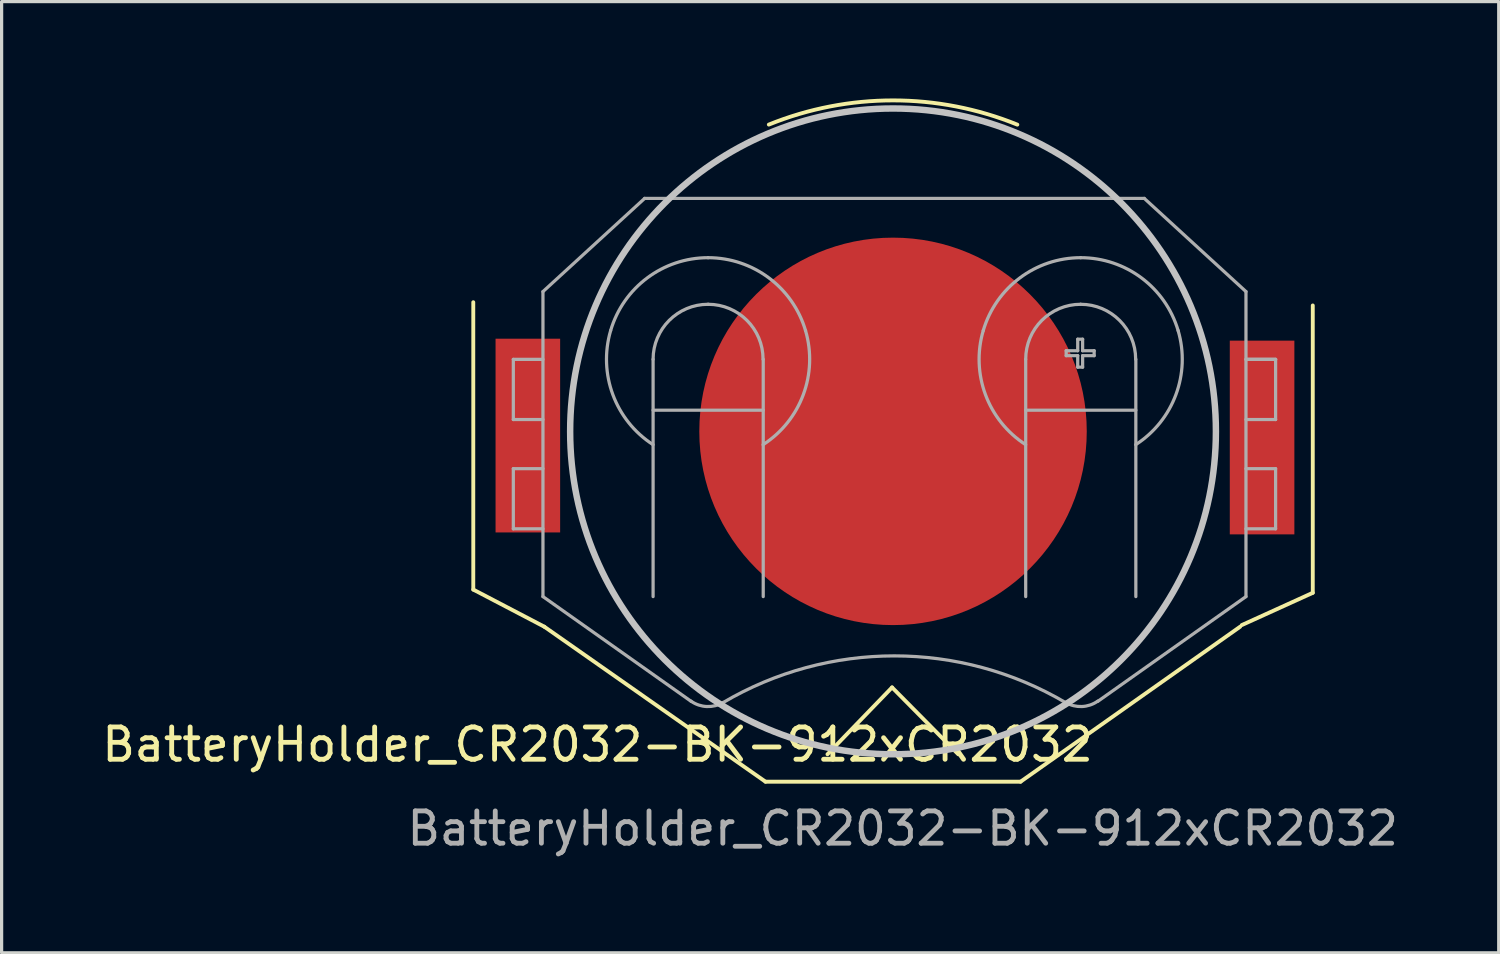
<source format=kicad_pcb>
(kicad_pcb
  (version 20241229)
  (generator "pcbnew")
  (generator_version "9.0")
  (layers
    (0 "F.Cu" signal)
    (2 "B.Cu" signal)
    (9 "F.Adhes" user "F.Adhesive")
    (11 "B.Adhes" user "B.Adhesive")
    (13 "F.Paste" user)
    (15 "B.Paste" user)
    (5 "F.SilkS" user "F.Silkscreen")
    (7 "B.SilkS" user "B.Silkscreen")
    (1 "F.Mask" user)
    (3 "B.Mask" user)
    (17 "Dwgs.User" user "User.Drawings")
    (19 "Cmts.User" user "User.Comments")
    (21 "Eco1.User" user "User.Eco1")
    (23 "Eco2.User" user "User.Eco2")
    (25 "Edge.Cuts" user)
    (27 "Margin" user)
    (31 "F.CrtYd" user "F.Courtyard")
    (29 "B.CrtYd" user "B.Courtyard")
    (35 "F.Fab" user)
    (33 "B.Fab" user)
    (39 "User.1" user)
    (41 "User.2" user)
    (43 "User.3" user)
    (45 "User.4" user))
  (footprint "BatteryHolder_CR2032-BK-912xCR2032"
    (layer "F.Cu")
    (at 24.608 10.31)
    (property "Reference" "BatteryHolder_CR2032-BK-912xCR2032" (at -9.15 9.7 0) (layer "F.SilkS") (effects (font (size 1 1) (thickness 0.15))))
    (attr smd)
    (fp_line (start -13 -4) (end -13 4.9) (stroke (width 0.12) (type solid)) (layer "F.SilkS"))
    (fp_line (start -13 4.9) (end -10.8 6.05) (stroke (width 0.12) (type solid)) (layer "F.SilkS"))
    (fp_line (start -10.8 6.05) (end -3.95 10.85) (stroke (width 0.12) (type solid)) (layer "F.SilkS"))
    (fp_line (start -3.95 10.85) (end 3.95 10.85) (stroke (width 0.12) (type solid)) (layer "F.SilkS"))
    (fp_line (start -2.03 10) (end -0.03 7.93) (stroke (width 0.12) (type solid)) (layer "F.SilkS"))
    (fp_line (start -0.03 7.93) (end 2.02 10) (stroke (width 0.12) (type solid)) (layer "F.SilkS"))
    (fp_line (start 3.95 10.85) (end 10.75 6.05) (stroke (width 0.12) (type solid)) (layer "F.SilkS"))
    (fp_line (start 13 -3.9) (end 13 5) (stroke (width 0.12) (type solid)) (layer "F.SilkS"))
    (fp_line (start 13 5) (end 10.8 6) (stroke (width 0.12) (type solid)) (layer "F.SilkS"))
    (fp_arc (start -3.846385 -9.501464) (mid 0.00195 -10.250487) (end 3.85 -9.5) (stroke (width 0.12) (type solid)) (layer "F.SilkS"))
    (fp_circle (center 0 0) (end 10 0) (stroke (width 0.2) (type solid)) (fill no) (layer "Dwgs.User"))
    (fp_line (start -11.753 -2.212) (end -11.753 -0.349) (stroke (width 0.2) (type solid)) (layer "Eco1.User"))
    (fp_line (start -11.753 -2.212) (end -10.834 -2.212) (stroke (width 0.2) (type solid)) (layer "Eco1.User"))
    (fp_line (start -11.753 -0.349) (end -10.834 -0.349) (stroke (width 0.2) (type solid)) (layer "Eco1.User"))
    (fp_line (start -11.753 1.172) (end -11.753 3.035) (stroke (width 0.2) (type solid)) (layer "Eco1.User"))
    (fp_line (start -11.753 3.035) (end -10.834 3.035) (stroke (width 0.2) (type solid)) (layer "Eco1.User"))
    (fp_line (start -10.834 -4.311) (end -10.834 5.135) (stroke (width 0.2) (type solid)) (layer "Eco1.User"))
    (fp_line (start -10.834 1.172) (end -11.753 1.172) (stroke (width 0.2) (type solid)) (layer "Eco1.User"))
    (fp_line (start -10.834 5.135) (end -6.248 8.378) (stroke (width 0.2) (type solid)) (layer "Eco1.User"))
    (fp_line (start -7.685 -7.198) (end -10.834 -4.311) (stroke (width 0.2) (type solid)) (layer "Eco1.User"))
    (fp_line (start -7.685 -7.198) (end 7.79 -7.198) (stroke (width 0.2) (type solid)) (layer "Eco1.User"))
    (fp_line (start -7.423 -2.212) (end -7.423 5.135) (stroke (width 0.2) (type solid)) (layer "Eco1.User"))
    (fp_line (start -7.423 -0.638) (end -4.012 -0.638) (stroke (width 0.2) (type solid)) (layer "Eco1.User"))
    (fp_line (start -4.012 -2.212) (end -4.012 5.135) (stroke (width 0.2) (type solid)) (layer "Eco1.User"))
    (fp_line (start 4.117 -2.212) (end 4.117 5.135) (stroke (width 0.2) (type solid)) (layer "Eco1.User"))
    (fp_line (start 4.117 -0.638) (end 7.528 -0.638) (stroke (width 0.2) (type solid)) (layer "Eco1.User"))
    (fp_line (start 5.371 -2.48) (end 5.371 -2.328) (stroke (width 0.2) (type solid)) (layer "Eco1.User"))
    (fp_line (start 5.371 -2.328) (end 5.728 -2.328) (stroke (width 0.2) (type solid)) (layer "Eco1.User"))
    (fp_line (start 5.728 -2.837) (end 5.728 -2.48) (stroke (width 0.2) (type solid)) (layer "Eco1.User"))
    (fp_line (start 5.728 -2.48) (end 5.371 -2.48) (stroke (width 0.2) (type solid)) (layer "Eco1.User"))
    (fp_line (start 5.728 -2.328) (end 5.728 -1.971) (stroke (width 0.2) (type solid)) (layer "Eco1.User"))
    (fp_line (start 5.728 -1.971) (end 5.88 -1.971) (stroke (width 0.2) (type solid)) (layer "Eco1.User"))
    (fp_line (start 5.88 -2.837) (end 5.728 -2.837) (stroke (width 0.2) (type solid)) (layer "Eco1.User"))
    (fp_line (start 5.88 -2.48) (end 5.88 -2.837) (stroke (width 0.2) (type solid)) (layer "Eco1.User"))
    (fp_line (start 5.88 -2.328) (end 6.237 -2.328) (stroke (width 0.2) (type solid)) (layer "Eco1.User"))
    (fp_line (start 5.88 -1.971) (end 5.88 -2.328) (stroke (width 0.2) (type solid)) (layer "Eco1.User"))
    (fp_line (start 6.237 -2.48) (end 5.88 -2.48) (stroke (width 0.2) (type solid)) (layer "Eco1.User"))
    (fp_line (start 6.237 -2.328) (end 6.237 -2.48) (stroke (width 0.2) (type solid)) (layer "Eco1.User"))
    (fp_line (start 7.528 -2.212) (end 7.528 5.135) (stroke (width 0.2) (type solid)) (layer "Eco1.User"))
    (fp_line (start 7.79 -7.198) (end 10.939 -4.311) (stroke (width 0.2) (type solid)) (layer "Eco1.User"))
    (fp_line (start 10.939 -4.311) (end 10.939 5.135) (stroke (width 0.2) (type solid)) (layer "Eco1.User"))
    (fp_line (start 10.939 -2.212) (end 11.857 -2.212) (stroke (width 0.2) (type solid)) (layer "Eco1.User"))
    (fp_line (start 10.939 -0.349) (end 11.857 -0.349) (stroke (width 0.2) (type solid)) (layer "Eco1.User"))
    (fp_line (start 10.939 1.172) (end 11.857 1.172) (stroke (width 0.2) (type solid)) (layer "Eco1.User"))
    (fp_line (start 10.939 3.035) (end 11.857 3.035) (stroke (width 0.2) (type solid)) (layer "Eco1.User"))
    (fp_line (start 10.939 5.135) (end 6.352 8.378) (stroke (width 0.2) (type solid)) (layer "Eco1.User"))
    (fp_line (start 11.857 -2.212) (end 10.939 -2.212) (stroke (width 0.2) (type solid)) (layer "Eco1.User"))
    (fp_line (start 11.857 -2.212) (end 11.857 -0.349) (stroke (width 0.2) (type solid)) (layer "Eco1.User"))
    (fp_line (start 11.857 1.172) (end 11.857 3.035) (stroke (width 0.2) (type solid)) (layer "Eco1.User"))
    (fp_curve (pts (xy -8.738 -3.103) (xy -9.132 -1.765) (xy -8.597 -0.326) (xy -7.424 0.429)) (stroke (width 0.2) (type solid)) (layer "Eco1.User"))
    (fp_curve (pts (xy -6.249 8.372) (xy -5.955 8.58) (xy -5.566 8.596) (xy -5.255 8.414)) (stroke (width 0.2) (type solid)) (layer "Eco1.User"))
    (fp_curve (pts (xy -5.72 -5.361) (xy -7.116 -5.361) (xy -8.344 -4.442) (xy -8.738 -3.103)) (stroke (width 0.2) (type solid)) (layer "Eco1.User"))
    (fp_curve (pts (xy -5.72 -3.918) (xy -6.661 -3.918) (xy -7.423 -3.155) (xy -7.423 -2.215)) (stroke (width 0.2) (type solid)) (layer "Eco1.User"))
    (fp_curve (pts (xy -4.017 -2.215) (xy -4.017 -3.155) (xy -4.78 -3.918) (xy -5.72 -3.918)) (stroke (width 0.2) (type solid)) (layer "Eco1.User"))
    (fp_curve (pts (xy -4.016 0.429) (xy -2.843 -0.326) (xy -2.308 -1.765) (xy -2.702 -3.103)) (stroke (width 0.2) (type solid)) (layer "Eco1.User"))
    (fp_curve (pts (xy -2.702 -3.103) (xy -3.096 -4.442) (xy -4.325 -5.361) (xy -5.72 -5.361)) (stroke (width 0.2) (type solid)) (layer "Eco1.User"))
    (fp_curve (pts (xy 2.802 -3.103) (xy 2.408 -1.765) (xy 2.942 -0.326) (xy 4.115 0.429)) (stroke (width 0.2) (type solid)) (layer "Eco1.User"))
    (fp_curve (pts (xy 5.353 8.418) (xy 2.079 6.489) (xy -1.985 6.489) (xy -5.259 8.418)) (stroke (width 0.2) (type solid)) (layer "Eco1.User"))
    (fp_curve (pts (xy 5.355 8.414) (xy 5.665 8.596) (xy 6.054 8.58) (xy 6.348 8.372)) (stroke (width 0.2) (type solid)) (layer "Eco1.User"))
    (fp_curve (pts (xy 5.82 -5.361) (xy 4.424 -5.361) (xy 3.196 -4.442) (xy 2.802 -3.103)) (stroke (width 0.2) (type solid)) (layer "Eco1.User"))
    (fp_curve (pts (xy 5.82 -3.918) (xy 4.879 -3.918) (xy 4.117 -3.155) (xy 4.117 -2.215)) (stroke (width 0.2) (type solid)) (layer "Eco1.User"))
    (fp_curve (pts (xy 7.523 -2.215) (xy 7.523 -3.155) (xy 6.76 -3.918) (xy 5.82 -3.918)) (stroke (width 0.2) (type solid)) (layer "Eco1.User"))
    (fp_curve (pts (xy 7.524 0.429) (xy 8.697 -0.326) (xy 9.232 -1.765) (xy 8.838 -3.103)) (stroke (width 0.2) (type solid)) (layer "Eco1.User"))
    (fp_curve (pts (xy 8.838 -3.103) (xy 8.444 -4.442) (xy 7.215 -5.361) (xy 5.82 -5.361)) (stroke (width 0.2) (type solid)) (layer "Eco1.User"))
    (fp_line (start -11.76 -2.23) (end -11.76 -0.367) (stroke (width 0.1) (type solid)) (layer "F.Fab"))
    (fp_line (start -11.76 -2.23) (end -10.842 -2.23) (stroke (width 0.1) (type solid)) (layer "F.Fab"))
    (fp_line (start -11.76 -0.367) (end -10.842 -0.367) (stroke (width 0.1) (type solid)) (layer "F.Fab"))
    (fp_line (start -11.76 1.155) (end -11.76 3.018) (stroke (width 0.1) (type solid)) (layer "F.Fab"))
    (fp_line (start -11.76 3.018) (end -10.842 3.018) (stroke (width 0.1) (type solid)) (layer "F.Fab"))
    (fp_line (start -10.842 -4.329) (end -10.842 5.117) (stroke (width 0.1) (type solid)) (layer "F.Fab"))
    (fp_line (start -10.842 1.155) (end -11.76 1.155) (stroke (width 0.1) (type solid)) (layer "F.Fab"))
    (fp_line (start -10.842 5.117) (end -6.255 8.36) (stroke (width 0.1) (type solid)) (layer "F.Fab"))
    (fp_line (start -7.693 -7.215) (end -10.842 -4.329) (stroke (width 0.1) (type solid)) (layer "F.Fab"))
    (fp_line (start -7.693 -7.215) (end 7.782 -7.215) (stroke (width 0.1) (type solid)) (layer "F.Fab"))
    (fp_line (start -7.431 -2.23) (end -7.431 5.117) (stroke (width 0.1) (type solid)) (layer "F.Fab"))
    (fp_line (start -7.431 -0.656) (end -4.02 -0.656) (stroke (width 0.1) (type solid)) (layer "F.Fab"))
    (fp_line (start -4.02 -2.23) (end -4.02 5.117) (stroke (width 0.1) (type solid)) (layer "F.Fab"))
    (fp_line (start 4.109 -2.23) (end 4.109 5.117) (stroke (width 0.1) (type solid)) (layer "F.Fab"))
    (fp_line (start 4.109 -0.656) (end 7.52 -0.656) (stroke (width 0.1) (type solid)) (layer "F.Fab"))
    (fp_line (start 5.363 -2.498) (end 5.363 -2.345) (stroke (width 0.1) (type solid)) (layer "F.Fab"))
    (fp_line (start 5.363 -2.345) (end 5.72 -2.345) (stroke (width 0.1) (type solid)) (layer "F.Fab"))
    (fp_line (start 5.72 -2.854) (end 5.72 -2.498) (stroke (width 0.1) (type solid)) (layer "F.Fab"))
    (fp_line (start 5.72 -2.498) (end 5.363 -2.498) (stroke (width 0.1) (type solid)) (layer "F.Fab"))
    (fp_line (start 5.72 -2.345) (end 5.72 -1.989) (stroke (width 0.1) (type solid)) (layer "F.Fab"))
    (fp_line (start 5.72 -1.989) (end 5.872 -1.989) (stroke (width 0.1) (type solid)) (layer "F.Fab"))
    (fp_line (start 5.872 -2.854) (end 5.72 -2.854) (stroke (width 0.1) (type solid)) (layer "F.Fab"))
    (fp_line (start 5.872 -2.498) (end 5.872 -2.854) (stroke (width 0.1) (type solid)) (layer "F.Fab"))
    (fp_line (start 5.872 -2.345) (end 6.229 -2.345) (stroke (width 0.1) (type solid)) (layer "F.Fab"))
    (fp_line (start 5.872 -1.989) (end 5.872 -2.345) (stroke (width 0.1) (type solid)) (layer "F.Fab"))
    (fp_line (start 6.229 -2.498) (end 5.872 -2.498) (stroke (width 0.1) (type solid)) (layer "F.Fab"))
    (fp_line (start 6.229 -2.345) (end 6.229 -2.498) (stroke (width 0.1) (type solid)) (layer "F.Fab"))
    (fp_line (start 7.52 -2.23) (end 7.52 5.117) (stroke (width 0.1) (type solid)) (layer "F.Fab"))
    (fp_line (start 7.782 -7.215) (end 10.931 -4.329) (stroke (width 0.1) (type solid)) (layer "F.Fab"))
    (fp_line (start 10.931 -4.329) (end 10.931 5.117) (stroke (width 0.1) (type solid)) (layer "F.Fab"))
    (fp_line (start 10.931 -2.23) (end 11.849 -2.23) (stroke (width 0.1) (type solid)) (layer "F.Fab"))
    (fp_line (start 10.931 -0.367) (end 11.849 -0.367) (stroke (width 0.1) (type solid)) (layer "F.Fab"))
    (fp_line (start 10.931 1.155) (end 11.849 1.155) (stroke (width 0.1) (type solid)) (layer "F.Fab"))
    (fp_line (start 10.931 3.018) (end 11.849 3.018) (stroke (width 0.1) (type solid)) (layer "F.Fab"))
    (fp_line (start 10.931 5.117) (end 6.345 8.36) (stroke (width 0.1) (type solid)) (layer "F.Fab"))
    (fp_line (start 11.849 -2.23) (end 10.931 -2.23) (stroke (width 0.1) (type solid)) (layer "F.Fab"))
    (fp_line (start 11.849 -2.23) (end 11.849 -0.367) (stroke (width 0.1) (type solid)) (layer "F.Fab"))
    (fp_line (start 11.849 1.155) (end 11.849 3.018) (stroke (width 0.1) (type solid)) (layer "F.Fab"))
    (fp_curve (pts (xy -8.746 -3.121) (xy -9.14 -1.782) (xy -8.605 -0.344) (xy -7.432 0.412)) (stroke (width 0.1) (type solid)) (layer "F.Fab"))
    (fp_curve (pts (xy -6.257 8.355) (xy -5.962 8.563) (xy -5.574 8.579) (xy -5.263 8.396)) (stroke (width 0.1) (type solid)) (layer "F.Fab"))
    (fp_curve (pts (xy -5.728 -5.379) (xy -7.123 -5.379) (xy -8.352 -4.46) (xy -8.746 -3.121)) (stroke (width 0.1) (type solid)) (layer "F.Fab"))
    (fp_curve (pts (xy -5.728 -3.936) (xy -6.668 -3.936) (xy -7.431 -3.173) (xy -7.431 -2.233)) (stroke (width 0.1) (type solid)) (layer "F.Fab"))
    (fp_curve (pts (xy -4.025 -2.233) (xy -4.025 -3.173) (xy -4.788 -3.936) (xy -5.728 -3.936)) (stroke (width 0.1) (type solid)) (layer "F.Fab"))
    (fp_curve (pts (xy -4.024 0.412) (xy -2.851 -0.344) (xy -2.316 -1.782) (xy -2.71 -3.121)) (stroke (width 0.1) (type solid)) (layer "F.Fab"))
    (fp_curve (pts (xy -2.71 -3.121) (xy -3.104 -4.46) (xy -4.333 -5.379) (xy -5.728 -5.379)) (stroke (width 0.1) (type solid)) (layer "F.Fab"))
    (fp_curve (pts (xy 2.794 -3.121) (xy 2.4 -1.782) (xy 2.935 -0.344) (xy 4.108 0.412)) (stroke (width 0.1) (type solid)) (layer "F.Fab"))
    (fp_curve (pts (xy 5.345 8.401) (xy 2.071 6.471) (xy -1.992 6.471) (xy -5.266 8.401)) (stroke (width 0.1) (type solid)) (layer "F.Fab"))
    (fp_curve (pts (xy 5.347 8.396) (xy 5.657 8.579) (xy 6.046 8.563) (xy 6.34 8.355)) (stroke (width 0.1) (type solid)) (layer "F.Fab"))
    (fp_curve (pts (xy 5.812 -5.379) (xy 4.416 -5.379) (xy 3.188 -4.46) (xy 2.794 -3.121)) (stroke (width 0.1) (type solid)) (layer "F.Fab"))
    (fp_curve (pts (xy 5.812 -3.936) (xy 4.871 -3.936) (xy 4.109 -3.173) (xy 4.109 -2.233)) (stroke (width 0.1) (type solid)) (layer "F.Fab"))
    (fp_curve (pts (xy 7.515 -2.233) (xy 7.515 -3.173) (xy 6.752 -3.936) (xy 5.812 -3.936)) (stroke (width 0.1) (type solid)) (layer "F.Fab"))
    (fp_curve (pts (xy 7.516 0.412) (xy 8.689 -0.344) (xy 9.224 -1.782) (xy 8.83 -3.121)) (stroke (width 0.1) (type solid)) (layer "F.Fab"))
    (fp_curve (pts (xy 8.83 -3.121) (xy 8.436 -4.46) (xy 7.207 -5.379) (xy 5.812 -5.379)) (stroke (width 0.1) (type solid)) (layer "F.Fab"))
    (fp_text user "${REFERENCE}" (at 0.3 12.3 0) (layer "F.Fab") (effects (font (size 1 1) (thickness 0.15))))
    (pad "1" smd rect (at -11.31 0.13) (size 2 6) (layers "F.Cu" "F.Mask" "F.Paste"))
    (pad "1" smd rect (at 11.43 0.19) (size 2 6) (layers "F.Cu" "F.Mask" "F.Paste"))
    (pad "2" smd circle (at 0 0) (size 12 12) (layers "F.Cu" "F.Mask")))
  (gr_rect
    (start -3 -3)
    (end 43.367 26.459)
    (stroke (width 0.1) (type default))
    (fill no)
    (layer "Edge.Cuts")))
</source>
